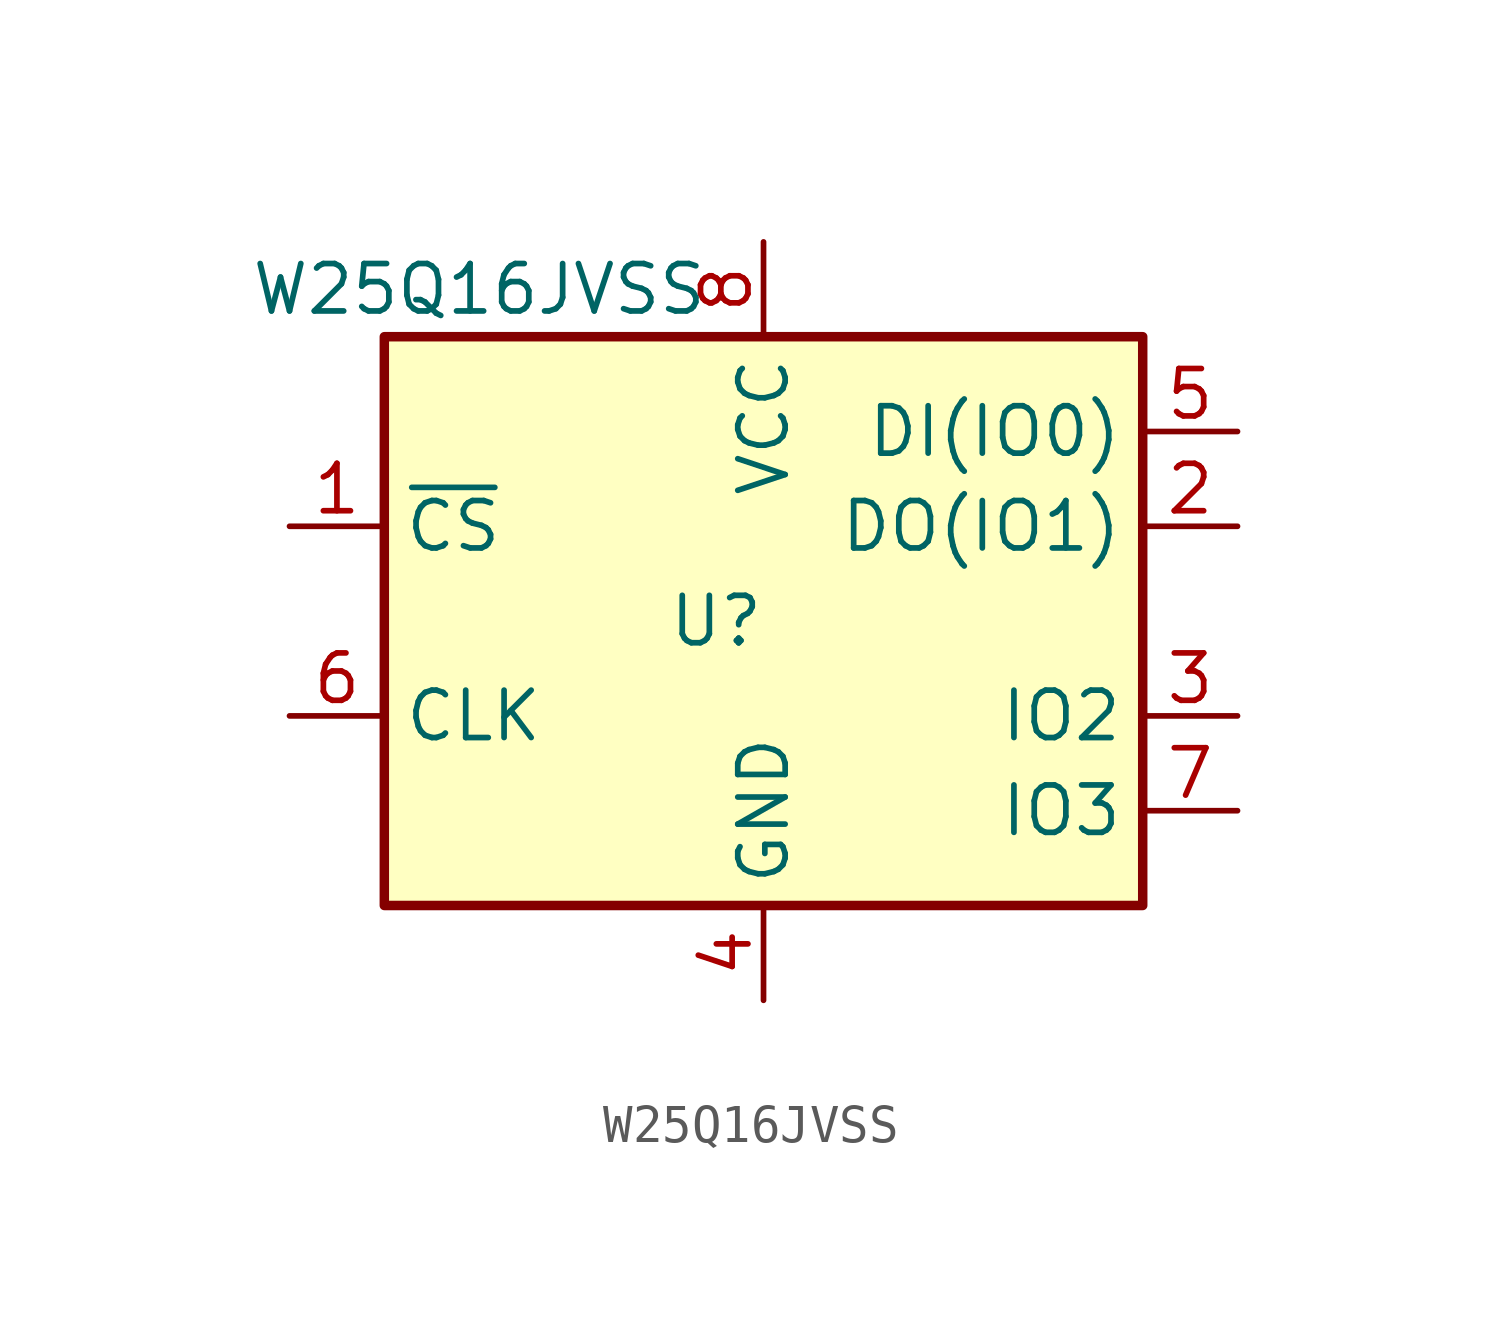
<source format=kicad_sym>
(kicad_symbol_lib
  (version 20211014)
  (generator kicad_symbol_editor)
  (symbol "W25Q16JVSS"
    (property "Reference" "U"
      (at -1.27 0 0)
      (effects (font (size 1.27 1.27))))
    (property "Value" "W25Q16JVSS"
      (at -7.62 8.89 0)
      (effects (font (size 1.27 1.27))))
    (symbol "W25Q16JVSS_0_0"
      (text "" (at -1.27 7.62 0) (effects (font (size 1.27 1.27)))))
    (symbol "W25Q16JVSS_0_1"
      (rectangle (start -10.16 7.62) (end 10.16 -7.62) (stroke (width 0.254) (type default) (color 0 0 0 0)) (fill (type background))))
    (symbol "W25Q16JVSS_1_1"
      (pin input line (at -12.7 2.54 0) (length 2.54) (name "~{CS}" (effects (font (size 1.27 1.27)))) (number "1" (effects (font (size 1.27 1.27)))))
      (pin bidirectional line (at 12.7 2.54 180) (length 2.54) (name "DO(IO1)" (effects (font (size 1.27 1.27)))) (number "2" (effects (font (size 1.27 1.27)))))
      (pin bidirectional line (at 12.7 -2.54 180) (length 2.54) (name "IO2" (effects (font (size 1.27 1.27)))) (number "3" (effects (font (size 1.27 1.27)))))
      (pin power_in line (at 0 -10.16 90) (length 2.54) (name "GND" (effects (font (size 1.27 1.27)))) (number "4" (effects (font (size 1.27 1.27)))))
      (pin bidirectional line (at 12.7 5.08 180) (length 2.54) (name "DI(IO0)" (effects (font (size 1.27 1.27)))) (number "5" (effects (font (size 1.27 1.27)))))
      (pin input line (at -12.7 -2.54 0) (length 2.54) (name "CLK" (effects (font (size 1.27 1.27)))) (number "6" (effects (font (size 1.27 1.27)))))
      (pin bidirectional line (at 12.7 -5.08 180) (length 2.54) (name "IO3" (effects (font (size 1.27 1.27)))) (number "7" (effects (font (size 1.27 1.27)))))
      (pin power_in line (at 0 10.16 270) (length 2.54) (name "VCC" (effects (font (size 1.27 1.27)))) (number "8" (effects (font (size 1.27 1.27))))))))
</source>
